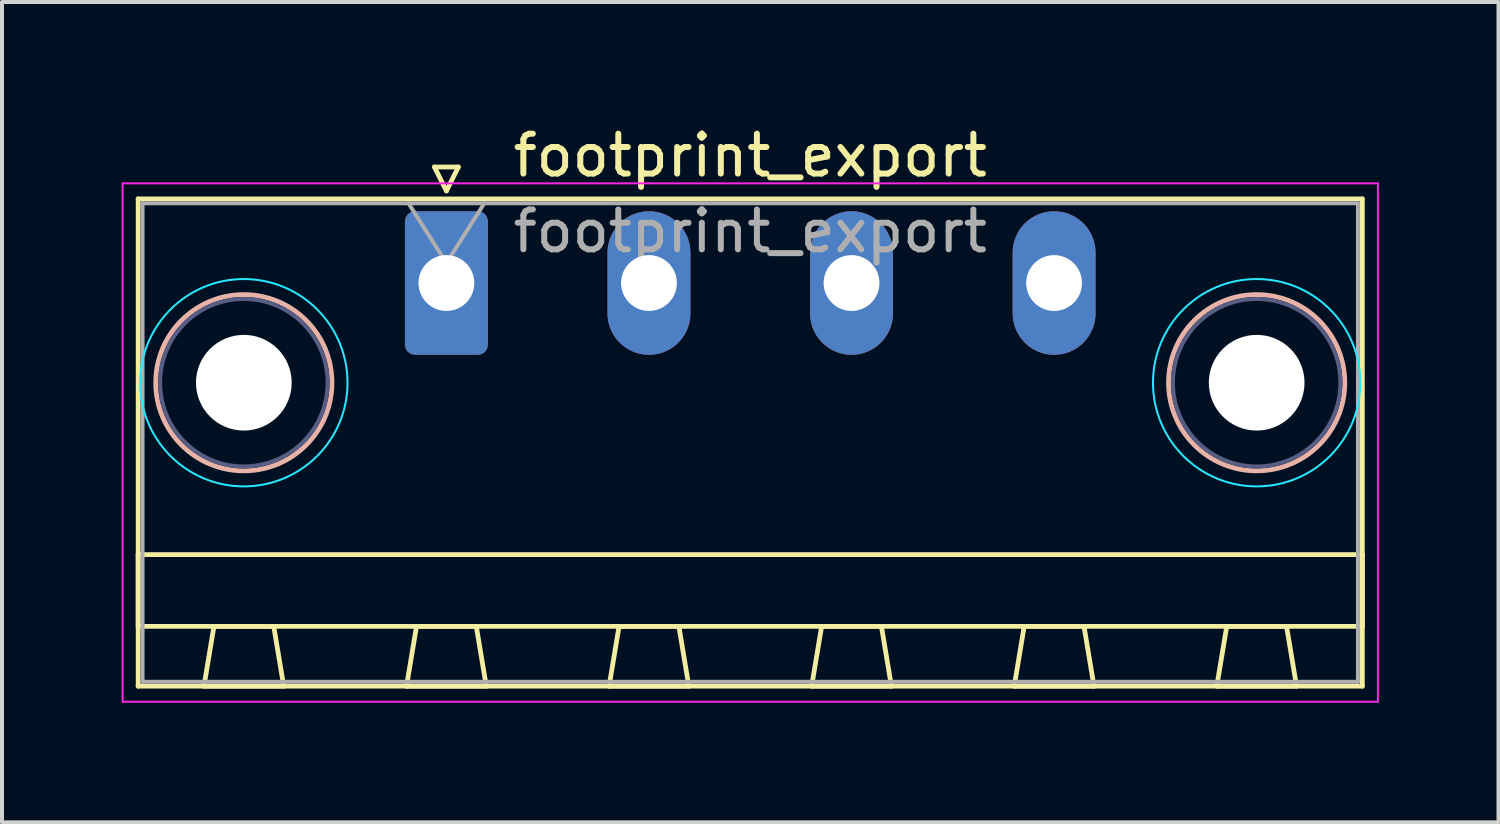
<source format=kicad_pcb>
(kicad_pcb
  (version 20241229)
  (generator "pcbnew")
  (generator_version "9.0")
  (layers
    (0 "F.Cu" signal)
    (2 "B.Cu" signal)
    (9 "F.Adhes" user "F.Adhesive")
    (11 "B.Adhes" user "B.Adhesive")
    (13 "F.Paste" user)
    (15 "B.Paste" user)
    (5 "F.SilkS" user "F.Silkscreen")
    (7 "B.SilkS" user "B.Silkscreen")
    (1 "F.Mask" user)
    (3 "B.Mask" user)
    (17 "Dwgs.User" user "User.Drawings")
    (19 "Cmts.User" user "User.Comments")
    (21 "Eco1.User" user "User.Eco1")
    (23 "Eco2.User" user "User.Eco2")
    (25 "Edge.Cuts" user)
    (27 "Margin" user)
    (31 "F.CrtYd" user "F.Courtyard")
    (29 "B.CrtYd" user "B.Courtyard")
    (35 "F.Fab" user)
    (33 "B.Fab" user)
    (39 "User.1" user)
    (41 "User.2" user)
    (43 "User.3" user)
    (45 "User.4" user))
  (footprint "footprint_export"
    (layer "F.Cu")
    (at 8.145 4.048)
    (property "Reference" "footprint_export" (at 7.62 -3.2 0) (layer "F.SilkS") (effects (font (size 1 1) (thickness 0.15))))
    (attr through_hole)
    (fp_line (start -7.73 -2.11) (end -7.73 10.11) (stroke (width 0.12) (type solid)) (layer "F.SilkS"))
    (fp_line (start -7.73 6.81) (end 22.97 6.81) (stroke (width 0.12) (type solid)) (layer "F.SilkS"))
    (fp_line (start -7.73 8.61) (end -7.73 6.81) (stroke (width 0.12) (type solid)) (layer "F.SilkS"))
    (fp_line (start -7.73 10.11) (end 22.97 10.11) (stroke (width 0.12) (type solid)) (layer "F.SilkS"))
    (fp_line (start -6.08 10.11) (end -4.08 10.11) (stroke (width 0.12) (type solid)) (layer "F.SilkS"))
    (fp_line (start -5.83 8.61) (end -6.08 10.11) (stroke (width 0.12) (type solid)) (layer "F.SilkS"))
    (fp_line (start -4.33 8.61) (end -5.83 8.61) (stroke (width 0.12) (type solid)) (layer "F.SilkS"))
    (fp_line (start -4.08 10.11) (end -4.33 8.61) (stroke (width 0.12) (type solid)) (layer "F.SilkS"))
    (fp_line (start -1 10.11) (end 1 10.11) (stroke (width 0.12) (type solid)) (layer "F.SilkS"))
    (fp_line (start -0.75 8.61) (end -1 10.11) (stroke (width 0.12) (type solid)) (layer "F.SilkS"))
    (fp_line (start -0.3 -2.91) (end 0.3 -2.91) (stroke (width 0.12) (type solid)) (layer "F.SilkS"))
    (fp_line (start 0 -2.31) (end -0.3 -2.91) (stroke (width 0.12) (type solid)) (layer "F.SilkS"))
    (fp_line (start 0.3 -2.91) (end 0 -2.31) (stroke (width 0.12) (type solid)) (layer "F.SilkS"))
    (fp_line (start 0.75 8.61) (end -0.75 8.61) (stroke (width 0.12) (type solid)) (layer "F.SilkS"))
    (fp_line (start 1 10.11) (end 0.75 8.61) (stroke (width 0.12) (type solid)) (layer "F.SilkS"))
    (fp_line (start 4.08 10.11) (end 6.08 10.11) (stroke (width 0.12) (type solid)) (layer "F.SilkS"))
    (fp_line (start 4.33 8.61) (end 4.08 10.11) (stroke (width 0.12) (type solid)) (layer "F.SilkS"))
    (fp_line (start 5.83 8.61) (end 4.33 8.61) (stroke (width 0.12) (type solid)) (layer "F.SilkS"))
    (fp_line (start 6.08 10.11) (end 5.83 8.61) (stroke (width 0.12) (type solid)) (layer "F.SilkS"))
    (fp_line (start 9.16 10.11) (end 11.16 10.11) (stroke (width 0.12) (type solid)) (layer "F.SilkS"))
    (fp_line (start 9.41 8.61) (end 9.16 10.11) (stroke (width 0.12) (type solid)) (layer "F.SilkS"))
    (fp_line (start 10.91 8.61) (end 9.41 8.61) (stroke (width 0.12) (type solid)) (layer "F.SilkS"))
    (fp_line (start 11.16 10.11) (end 10.91 8.61) (stroke (width 0.12) (type solid)) (layer "F.SilkS"))
    (fp_line (start 14.24 10.11) (end 16.24 10.11) (stroke (width 0.12) (type solid)) (layer "F.SilkS"))
    (fp_line (start 14.49 8.61) (end 14.24 10.11) (stroke (width 0.12) (type solid)) (layer "F.SilkS"))
    (fp_line (start 15.99 8.61) (end 14.49 8.61) (stroke (width 0.12) (type solid)) (layer "F.SilkS"))
    (fp_line (start 16.24 10.11) (end 15.99 8.61) (stroke (width 0.12) (type solid)) (layer "F.SilkS"))
    (fp_line (start 19.32 10.11) (end 21.32 10.11) (stroke (width 0.12) (type solid)) (layer "F.SilkS"))
    (fp_line (start 19.57 8.61) (end 19.32 10.11) (stroke (width 0.12) (type solid)) (layer "F.SilkS"))
    (fp_line (start 21.07 8.61) (end 19.57 8.61) (stroke (width 0.12) (type solid)) (layer "F.SilkS"))
    (fp_line (start 21.32 10.11) (end 21.07 8.61) (stroke (width 0.12) (type solid)) (layer "F.SilkS"))
    (fp_line (start 22.97 -2.11) (end -7.73 -2.11) (stroke (width 0.12) (type solid)) (layer "F.SilkS"))
    (fp_line (start 22.97 6.81) (end 22.97 8.61) (stroke (width 0.12) (type solid)) (layer "F.SilkS"))
    (fp_line (start 22.97 8.61) (end -7.73 8.61) (stroke (width 0.12) (type solid)) (layer "F.SilkS"))
    (fp_line (start 22.97 10.11) (end 22.97 -2.11) (stroke (width 0.12) (type solid)) (layer "F.SilkS"))
    (fp_circle (center -5.08 2.5) (end -2.87 2.5) (stroke (width 0.12) (type solid)) (fill no) (layer "B.SilkS"))
    (fp_circle (center 20.32 2.5) (end 22.53 2.5) (stroke (width 0.12) (type solid)) (fill no) (layer "B.SilkS"))
    (fp_circle (center -5.08 2.5) (end -2.48 2.5) (stroke (width 0.05) (type solid)) (fill no) (layer "B.CrtYd"))
    (fp_circle (center 20.32 2.5) (end 22.92 2.5) (stroke (width 0.05) (type solid)) (fill no) (layer "B.CrtYd"))
    (fp_line (start -8.12 -2.5) (end -8.12 10.5) (stroke (width 0.05) (type solid)) (layer "F.CrtYd"))
    (fp_line (start -8.12 10.5) (end 23.36 10.5) (stroke (width 0.05) (type solid)) (layer "F.CrtYd"))
    (fp_line (start 23.36 -2.5) (end -8.12 -2.5) (stroke (width 0.05) (type solid)) (layer "F.CrtYd"))
    (fp_line (start 23.36 10.5) (end 23.36 -2.5) (stroke (width 0.05) (type solid)) (layer "F.CrtYd"))
    (fp_circle (center -5.08 2.5) (end -2.98 2.5) (stroke (width 0.1) (type solid)) (fill no) (layer "B.Fab"))
    (fp_circle (center 20.32 2.5) (end 22.42 2.5) (stroke (width 0.1) (type solid)) (fill no) (layer "B.Fab"))
    (fp_line (start -7.62 -2) (end -7.62 10) (stroke (width 0.1) (type solid)) (layer "F.Fab"))
    (fp_line (start -7.62 10) (end 22.86 10) (stroke (width 0.1) (type solid)) (layer "F.Fab"))
    (fp_line (start 0 -0.5) (end -0.95 -2) (stroke (width 0.1) (type solid)) (layer "F.Fab"))
    (fp_line (start 0.95 -2) (end 0 -0.5) (stroke (width 0.1) (type solid)) (layer "F.Fab"))
    (fp_line (start 22.86 -2) (end -7.62 -2) (stroke (width 0.1) (type solid)) (layer "F.Fab"))
    (fp_line (start 22.86 10) (end 22.86 -2) (stroke (width 0.1) (type solid)) (layer "F.Fab"))
    (fp_text user "${REFERENCE}" (at 7.62 -1.3 0) (layer "F.Fab") (effects (font (size 1 1) (thickness 0.15))))
    (pad "" np_thru_hole circle (at -5.08 2.5) (size 2.4 2.4) (drill 2.4) (layers "*.Cu" "*.Mask"))
    (pad "" np_thru_hole circle (at 20.32 2.5) (size 2.4 2.4) (drill 2.4) (layers "*.Cu" "*.Mask"))
    (pad "1" thru_hole roundrect (at 0 0) (size 2.08 3.6) (drill 1.4) (layers "*.Cu" "*.Mask") (roundrect_rratio 0.12))
    (pad "2" thru_hole oval (at 5.08 0) (size 2.08 3.6) (drill 1.4) (layers "*.Cu" "*.Mask"))
    (pad "3" thru_hole oval (at 10.16 0) (size 2.08 3.6) (drill 1.4) (layers "*.Cu" "*.Mask"))
    (pad "4" thru_hole oval (at 15.24 0) (size 2.08 3.6) (drill 1.4) (layers "*.Cu" "*.Mask")))
  (gr_rect
    (start -3 -3)
    (end 34.53 17.573)
    (stroke (width 0.1) (type default))
    (fill no)
    (layer "Edge.Cuts")))
</source>
